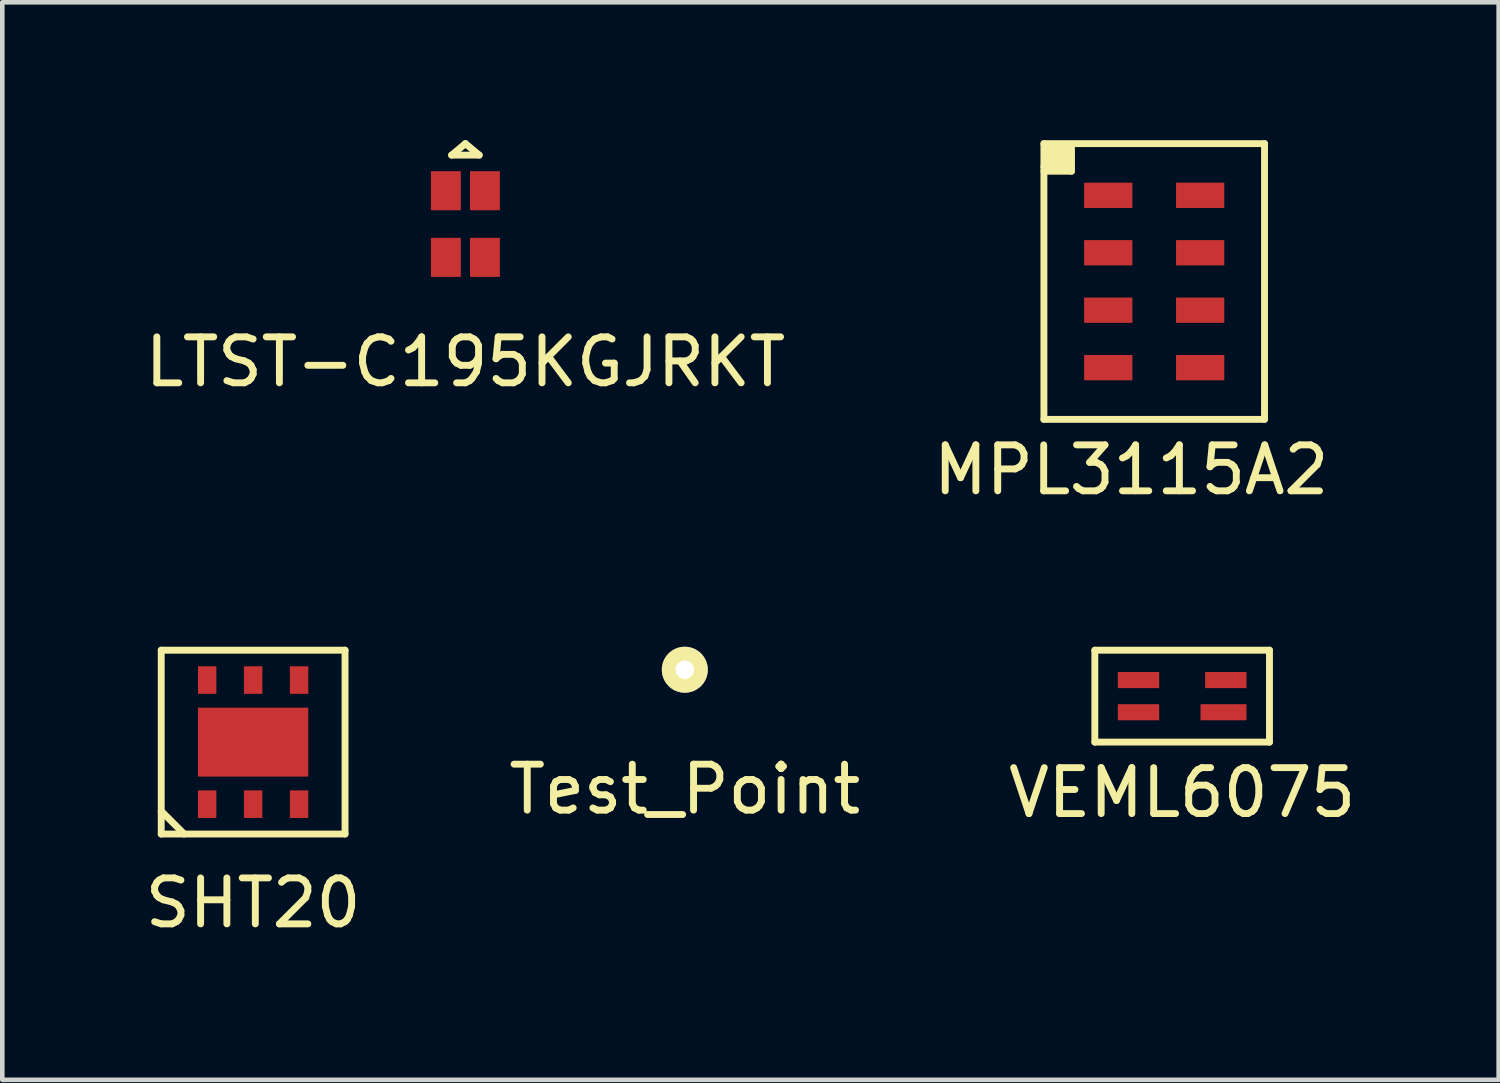
<source format=kicad_pcb>
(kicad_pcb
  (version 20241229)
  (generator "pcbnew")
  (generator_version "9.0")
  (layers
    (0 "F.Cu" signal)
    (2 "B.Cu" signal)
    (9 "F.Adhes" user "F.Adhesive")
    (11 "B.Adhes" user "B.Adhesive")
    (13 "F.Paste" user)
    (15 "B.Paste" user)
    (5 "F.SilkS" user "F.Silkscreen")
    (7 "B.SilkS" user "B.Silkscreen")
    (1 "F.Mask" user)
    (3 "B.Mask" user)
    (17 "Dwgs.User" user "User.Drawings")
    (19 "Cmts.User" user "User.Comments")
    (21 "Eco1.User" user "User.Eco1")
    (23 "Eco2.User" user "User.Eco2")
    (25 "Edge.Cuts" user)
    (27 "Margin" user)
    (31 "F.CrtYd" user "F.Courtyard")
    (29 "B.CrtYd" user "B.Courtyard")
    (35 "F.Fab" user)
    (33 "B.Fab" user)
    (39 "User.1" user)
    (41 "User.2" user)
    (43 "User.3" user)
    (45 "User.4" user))
  (footprint "LTST-C195KGJRKT"
    (layer "F.Cu")
    (at 7.077 1.825)
    (property "Reference" "LTST-C195KGJRKT" (at 0 3 0) (layer "F.SilkS") (effects (font (size 1 1) (thickness 0.15))))
    (attr through_hole)
    (fp_line (start -0.3 -1.5) (end 0.3 -1.5) (stroke (width 0.15) (type solid)) (layer "F.SilkS"))
    (fp_line (start 0 -1.75) (end -0.3 -1.5) (stroke (width 0.15) (type solid)) (layer "F.SilkS"))
    (fp_line (start 0.3 -1.5) (end 0 -1.75) (stroke (width 0.15) (type solid)) (layer "F.SilkS"))
    (pad "1" smd rect (at -0.425 0.725) (size 0.65 0.85) (layers "F.Cu" "F.Mask" "F.Paste"))
    (pad "2" smd rect (at 0.425 0.725) (size 0.65 0.85) (layers "F.Cu" "F.Mask" "F.Paste"))
    (pad "3" smd rect (at 0.425 -0.725) (size 0.65 0.85) (layers "F.Cu" "F.Mask" "F.Paste"))
    (pad "4" smd rect (at -0.425 -0.725) (size 0.65 0.85) (layers "F.Cu" "F.Mask" "F.Paste")))
  (footprint "SHT20"
    (layer "F.Cu")
    (at 2.458 13.098)
    (property "Reference" "SHT20" (at 0 3.5 0) (layer "F.SilkS") (effects (font (size 1 1) (thickness 0.15))))
    (attr through_hole)
    (fp_line (start -2 -2) (end -2 2) (stroke (width 0.15) (type solid)) (layer "F.SilkS"))
    (fp_line (start -2 1.5) (end -1.5 2) (stroke (width 0.15) (type solid)) (layer "F.SilkS"))
    (fp_line (start -2 2) (end 2 2) (stroke (width 0.15) (type solid)) (layer "F.SilkS"))
    (fp_line (start 2 -2) (end -2 -2) (stroke (width 0.15) (type solid)) (layer "F.SilkS"))
    (fp_line (start 2 2) (end 2 -2) (stroke (width 0.15) (type solid)) (layer "F.SilkS"))
    (pad "1" smd rect (at -1 1.35) (size 0.4 0.6) (layers "F.Cu" "F.Mask" "F.Paste"))
    (pad "2" smd rect (at 0 1.35) (size 0.4 0.6) (layers "F.Cu" "F.Mask" "F.Paste"))
    (pad "3" smd rect (at 1 1.35) (size 0.4 0.6) (layers "F.Cu" "F.Mask" "F.Paste"))
    (pad "4" smd rect (at 1 -1.35) (size 0.4 0.6) (layers "F.Cu" "F.Mask" "F.Paste"))
    (pad "5" smd rect (at 0 -1.35) (size 0.4 0.6) (layers "F.Cu" "F.Mask" "F.Paste"))
    (pad "6" smd rect (at -1 -1.35) (size 0.4 0.6) (layers "F.Cu" "F.Mask" "F.Paste"))
    (pad "7" smd rect (at 0 0) (size 2.4 1.5) (layers "F.Cu" "F.Mask" "F.Paste")))
  (footprint "MPL3115A2"
    (layer "F.Cu")
    (at 22.065 3.075)
    (property "Reference" "MPL3115A2" (at -0.5 4.1 0) (layer "F.SilkS") (effects (font (size 1 1) (thickness 0.15))))
    (attr through_hole)
    (fp_line (start -2.4 -3) (end -2.4 3) (stroke (width 0.15) (type solid)) (layer "F.SilkS"))
    (fp_line (start -2.4 3) (end 2.4 3) (stroke (width 0.15) (type solid)) (layer "F.SilkS"))
    (fp_line (start -2.3 -2.9) (end -1.9 -2.9) (stroke (width 0.15) (type solid)) (layer "F.SilkS"))
    (fp_line (start -2.3 -2.8) (end -2.3 -2.6) (stroke (width 0.15) (type solid)) (layer "F.SilkS"))
    (fp_line (start -2.3 -2.6) (end -2 -2.6) (stroke (width 0.15) (type solid)) (layer "F.SilkS"))
    (fp_line (start -2.2 -2.8) (end -2.2 -2.7) (stroke (width 0.15) (type solid)) (layer "F.SilkS"))
    (fp_line (start -2.2 -2.7) (end -2.1 -2.7) (stroke (width 0.15) (type solid)) (layer "F.SilkS"))
    (fp_line (start -2 -2.8) (end -2.2 -2.8) (stroke (width 0.15) (type solid)) (layer "F.SilkS"))
    (fp_line (start -2 -2.6) (end -2 -2.8) (stroke (width 0.15) (type solid)) (layer "F.SilkS"))
    (fp_line (start -1.9 -2.9) (end -1.9 -2.5) (stroke (width 0.15) (type solid)) (layer "F.SilkS"))
    (fp_line (start -1.9 -2.5) (end -2.4 -2.5) (stroke (width 0.15) (type solid)) (layer "F.SilkS"))
    (fp_line (start -1.8 -2.9) (end -1.8 -2.4) (stroke (width 0.15) (type solid)) (layer "F.SilkS"))
    (fp_line (start -1.8 -2.4) (end -2.4 -2.4) (stroke (width 0.15) (type solid)) (layer "F.SilkS"))
    (fp_line (start 2.4 -3) (end -2.4 -3) (stroke (width 0.15) (type solid)) (layer "F.SilkS"))
    (fp_line (start 2.4 3) (end 2.4 -3) (stroke (width 0.15) (type solid)) (layer "F.SilkS"))
    (pad "1" smd rect (at -1 -1.875) (size 1.05 0.55) (layers "F.Cu" "F.Mask" "F.Paste"))
    (pad "2" smd rect (at -1 -0.625) (size 1.05 0.55) (layers "F.Cu" "F.Mask" "F.Paste"))
    (pad "3" smd rect (at -1 0.625) (size 1.05 0.55) (layers "F.Cu" "F.Mask" "F.Paste"))
    (pad "4" smd rect (at -1 1.875) (size 1.05 0.55) (layers "F.Cu" "F.Mask" "F.Paste"))
    (pad "5" smd rect (at 1 1.875) (size 1.05 0.55) (layers "F.Cu" "F.Mask" "F.Paste"))
    (pad "6" smd rect (at 1 0.625) (size 1.05 0.55) (layers "F.Cu" "F.Mask" "F.Paste"))
    (pad "7" smd rect (at 1 -0.625) (size 1.05 0.55) (layers "F.Cu" "F.Mask" "F.Paste"))
    (pad "8" smd rect (at 1 -1.875) (size 1.05 0.55) (layers "F.Cu" "F.Mask" "F.Paste")))
  (footprint "VEML6075"
    (layer "F.Cu")
    (at 22.673 12.098)
    (property "Reference" "VEML6075" (at 0 2.1 0) (layer "F.SilkS") (effects (font (size 1 1) (thickness 0.15))))
    (attr through_hole)
    (fp_line (start -1.9 -1) (end -1.9 1) (stroke (width 0.15) (type solid)) (layer "F.SilkS"))
    (fp_line (start -1.9 1) (end 1.9 1) (stroke (width 0.15) (type solid)) (layer "F.SilkS"))
    (fp_line (start 1.9 -1) (end -1.9 -1) (stroke (width 0.15) (type solid)) (layer "F.SilkS"))
    (fp_line (start 1.9 1) (end 1.9 -1) (stroke (width 0.15) (type solid)) (layer "F.SilkS"))
    (pad "1" smd rect (at -0.95 -0.35) (size 0.9 0.35) (layers "F.Cu" "F.Mask" "F.Paste"))
    (pad "2" smd rect (at -0.95 0.35) (size 0.9 0.35) (layers "F.Cu" "F.Mask" "F.Paste"))
    (pad "3" smd rect (at 0.9 0.35) (size 1 0.35) (layers "F.Cu" "F.Mask" "F.Paste"))
    (pad "4" smd rect (at 0.95 -0.35) (size 0.9 0.35) (layers "F.Cu" "F.Mask" "F.Paste")))
  (footprint "Test_Point"
    (layer "F.Cu")
    (at 11.851 11.523)
    (property "Reference" "Test_Point" (at 0 2.6 0) (layer "F.SilkS") (effects (font (size 1 1) (thickness 0.15))))
    (attr through_hole)
    (pad "1" thru_hole circle (at 0 0) (size 1 1) (drill 0.4) (layers "*.Cu" "*.Mask" "F.SilkS")))
  (gr_rect
    (start -3 -3)
    (end 29.56 20.447)
    (stroke (width 0.1) (type default))
    (fill no)
    (layer "Edge.Cuts")))
</source>
